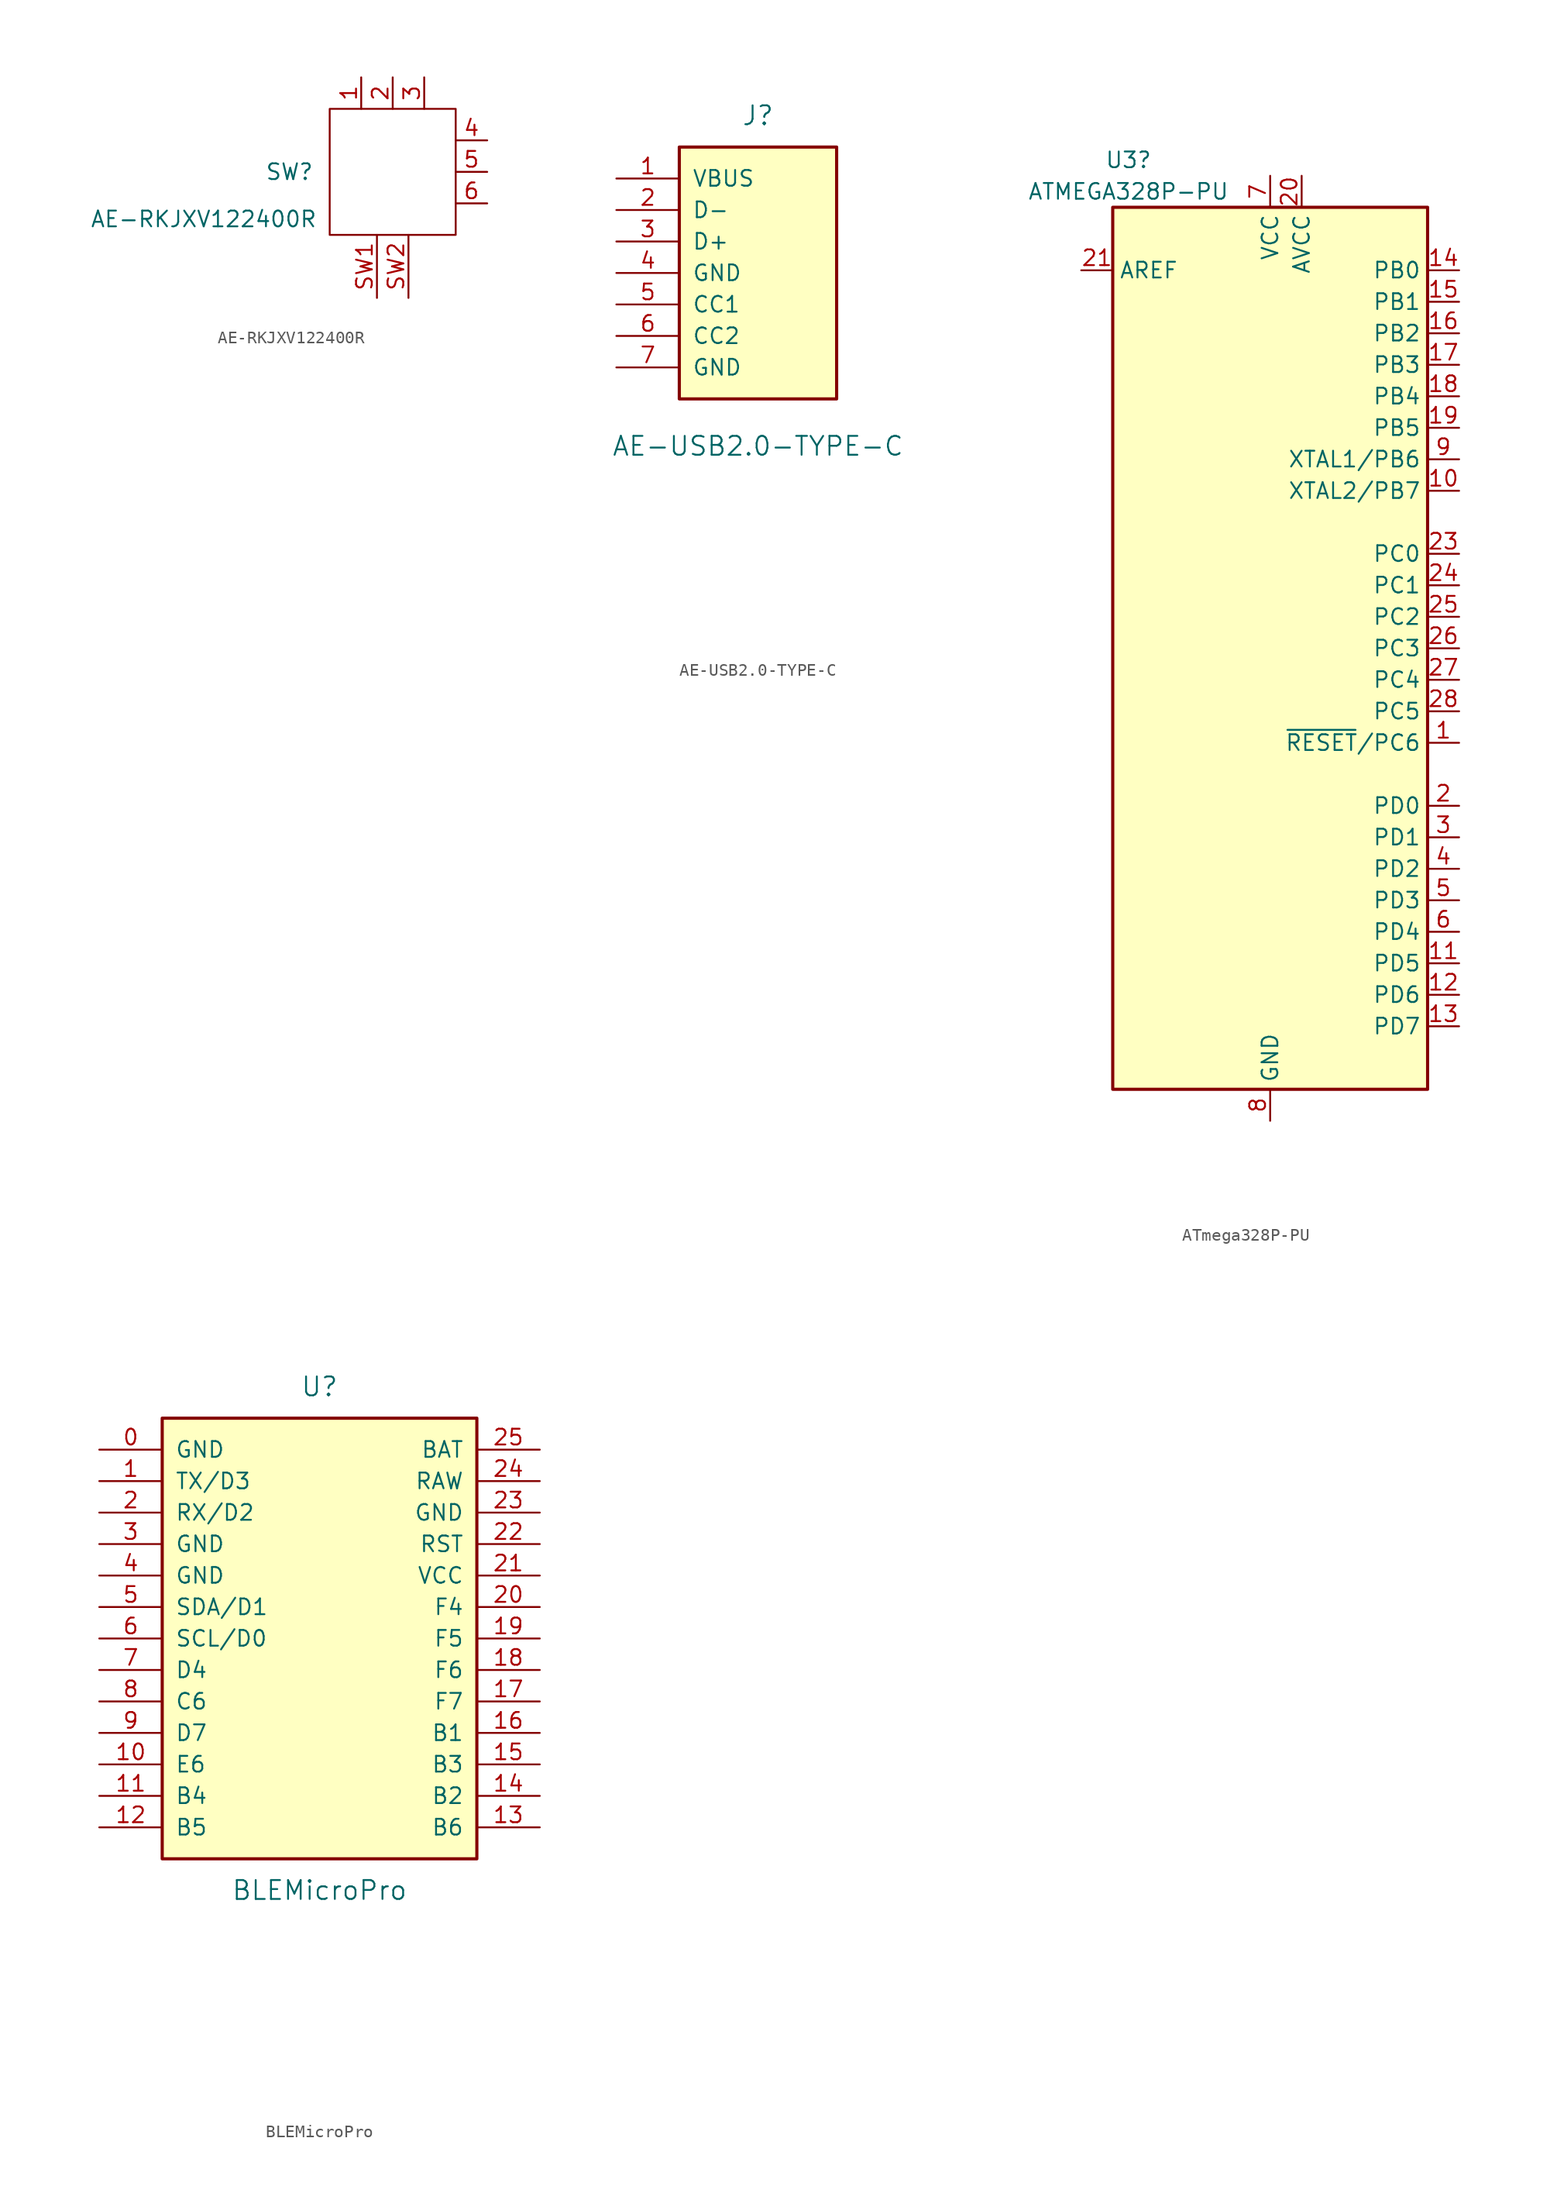
<source format=kicad_sym>
(kicad_symbol_lib
  (version 20201005)
  (generator kicad_symbol_editor)
  (symbol "#library:AE-RKJXV122400R"
    (property "Reference" "SW"
      (at -6.35 0 0)
      (effects (font (size 1.27 1.27)) (justify right)))
    (property "Value" "AE-RKJXV122400R"
      (at -15.24 -3.81 0)
      (effects (font (size 1.27 1.27))))
    (symbol "AE-RKJXV122400R_0_1"
      (rectangle (start -5.08 5.08) (end 5.08 -5.08) (stroke (width 0.152)) (fill (type none))))
    (symbol "AE-RKJXV122400R_1_1"
      (pin passive line (at -2.54 7.62 270) (length 2.54) (name "" (effects (font (size 1.27 1.27)))) (number "1" (effects (font (size 1.27 1.27)))))
      (pin passive line (at 0 7.62 270) (length 2.54) (name "" (effects (font (size 1.27 1.27)))) (number "2" (effects (font (size 1.27 1.27)))))
      (pin passive line (at 2.54 7.62 270) (length 2.54) (name "" (effects (font (size 1.27 1.27)))) (number "3" (effects (font (size 1.27 1.27)))))
      (pin passive line (at 7.62 2.54 180) (length 2.54) (name "" (effects (font (size 1.27 1.27)))) (number "4" (effects (font (size 1.27 1.27)))))
      (pin passive line (at 7.62 0 180) (length 2.54) (name "" (effects (font (size 1.27 1.27)))) (number "5" (effects (font (size 1.27 1.27)))))
      (pin passive line (at 7.62 -2.54 180) (length 2.54) (name "" (effects (font (size 1.27 1.27)))) (number "6" (effects (font (size 1.27 1.27)))))
      (pin passive line (at -1.27 -10.16 90) (length 5.08) (name "" (effects (font (size 1.27 1.27)))) (number "SW1" (effects (font (size 1.27 1.27)))))
      (pin passive line (at 1.27 -10.16 90) (length 5.08) (name "" (effects (font (size 1.27 1.27)))) (number "SW2" (effects (font (size 1.27 1.27)))))))
  (symbol "#library:AE-USB2.0-TYPE-C"
    (pin_names
      (offset 1.016))
    (property "Reference" "J"
      (at 0 12.7 0)
      (effects (font (size 1.524 1.524))))
    (property "Value" "AE-USB2.0-TYPE-C"
      (at 0 -13.97 0)
      (effects (font (size 1.524 1.524))))
    (property "Footprint" ""
      (at 2.54 -26.67 0)
      (effects (font (size 1.524 1.524))))
    (property "Datasheet" ""
      (at 2.54 -26.67 0)
      (effects (font (size 1.524 1.524))))
    (symbol "AE-USB2.0-TYPE-C_0_1"
      (rectangle (start -6.35 10.16) (end 6.35 -10.16) (stroke (width 0.254)) (fill (type background))))
    (symbol "AE-USB2.0-TYPE-C_1_1"
      (pin passive line (at -11.43 7.62 0) (length 5.08) (name "VBUS" (effects (font (size 1.27 1.27)))) (number "1" (effects (font (size 1.27 1.27)))))
      (pin bidirectional line (at -11.43 5.08 0) (length 5.08) (name "D-" (effects (font (size 1.27 1.27)))) (number "2" (effects (font (size 1.27 1.27)))))
      (pin bidirectional line (at -11.43 2.54 0) (length 5.08) (name "D+" (effects (font (size 1.27 1.27)))) (number "3" (effects (font (size 1.27 1.27)))))
      (pin power_in line (at -11.43 0 0) (length 5.08) (name "GND" (effects (font (size 1.27 1.27)))) (number "4" (effects (font (size 1.27 1.27)))))
      (pin bidirectional line (at -11.43 -2.54 0) (length 5.08) (name "CC1" (effects (font (size 1.27 1.27)))) (number "5" (effects (font (size 1.27 1.27)))))
      (pin bidirectional line (at -11.43 -5.08 0) (length 5.08) (name "CC2" (effects (font (size 1.27 1.27)))) (number "6" (effects (font (size 1.27 1.27)))))
      (pin power_in line (at -11.43 -7.62 0) (length 5.08) (name "GND" (effects (font (size 1.27 1.27)))) (number "7" (effects (font (size 1.27 1.27)))))))
  (symbol "#library:ATmega328P-PU"
    (property "Reference" "U3"
      (at -11.43 39.37 0)
      (effects (font (size 1.27 1.27))))
    (property "Value" "ATMEGA328P-PU"
      (at -11.43 36.83 0)
      (effects (font (size 1.27 1.27))))
    (symbol "ATmega328P-PU_0_1"
      (rectangle (start -12.7 -35.56) (end 12.7 35.56) (stroke (width 0.254)) (fill (type background))))
    (symbol "ATmega328P-PU_1_1"
      (pin tri_state line (at 15.24 -7.62 180) (length 2.54) (name "~RESET~/PC6" (effects (font (size 1.27 1.27)))) (number "1" (effects (font (size 1.27 1.27)))))
      (pin tri_state line (at 15.24 12.7 180) (length 2.54) (name "XTAL2/PB7" (effects (font (size 1.27 1.27)))) (number "10" (effects (font (size 1.27 1.27)))))
      (pin tri_state line (at 15.24 -25.4 180) (length 2.54) (name "PD5" (effects (font (size 1.27 1.27)))) (number "11" (effects (font (size 1.27 1.27)))))
      (pin tri_state line (at 15.24 -27.94 180) (length 2.54) (name "PD6" (effects (font (size 1.27 1.27)))) (number "12" (effects (font (size 1.27 1.27)))))
      (pin tri_state line (at 15.24 -30.48 180) (length 2.54) (name "PD7" (effects (font (size 1.27 1.27)))) (number "13" (effects (font (size 1.27 1.27)))))
      (pin tri_state line (at 15.24 30.48 180) (length 2.54) (name "PB0" (effects (font (size 1.27 1.27)))) (number "14" (effects (font (size 1.27 1.27)))))
      (pin tri_state line (at 15.24 27.94 180) (length 2.54) (name "PB1" (effects (font (size 1.27 1.27)))) (number "15" (effects (font (size 1.27 1.27)))))
      (pin tri_state line (at 15.24 25.4 180) (length 2.54) (name "PB2" (effects (font (size 1.27 1.27)))) (number "16" (effects (font (size 1.27 1.27)))))
      (pin tri_state line (at 15.24 22.86 180) (length 2.54) (name "PB3" (effects (font (size 1.27 1.27)))) (number "17" (effects (font (size 1.27 1.27)))))
      (pin tri_state line (at 15.24 20.32 180) (length 2.54) (name "PB4" (effects (font (size 1.27 1.27)))) (number "18" (effects (font (size 1.27 1.27)))))
      (pin tri_state line (at 15.24 17.78 180) (length 2.54) (name "PB5" (effects (font (size 1.27 1.27)))) (number "19" (effects (font (size 1.27 1.27)))))
      (pin tri_state line (at 15.24 -12.7 180) (length 2.54) (name "PD0" (effects (font (size 1.27 1.27)))) (number "2" (effects (font (size 1.27 1.27)))))
      (pin power_in line (at 2.54 38.1 270) (length 2.54) (name "AVCC" (effects (font (size 1.27 1.27)))) (number "20" (effects (font (size 1.27 1.27)))))
      (pin passive line (at -15.24 30.48 0) (length 2.54) (name "AREF" (effects (font (size 1.27 1.27)))) (number "21" (effects (font (size 1.27 1.27)))))
      (pin passive line (at 0 -38.1 90) (length 2.54) hide (name "GND" (effects (font (size 1.27 1.27)))) (number "22" (effects (font (size 1.27 1.27)))))
      (pin tri_state line (at 15.24 7.62 180) (length 2.54) (name "PC0" (effects (font (size 1.27 1.27)))) (number "23" (effects (font (size 1.27 1.27)))))
      (pin tri_state line (at 15.24 5.08 180) (length 2.54) (name "PC1" (effects (font (size 1.27 1.27)))) (number "24" (effects (font (size 1.27 1.27)))))
      (pin tri_state line (at 15.24 2.54 180) (length 2.54) (name "PC2" (effects (font (size 1.27 1.27)))) (number "25" (effects (font (size 1.27 1.27)))))
      (pin tri_state line (at 15.24 0 180) (length 2.54) (name "PC3" (effects (font (size 1.27 1.27)))) (number "26" (effects (font (size 1.27 1.27)))))
      (pin tri_state line (at 15.24 -2.54 180) (length 2.54) (name "PC4" (effects (font (size 1.27 1.27)))) (number "27" (effects (font (size 1.27 1.27)))))
      (pin tri_state line (at 15.24 -5.08 180) (length 2.54) (name "PC5" (effects (font (size 1.27 1.27)))) (number "28" (effects (font (size 1.27 1.27)))))
      (pin tri_state line (at 15.24 -15.24 180) (length 2.54) (name "PD1" (effects (font (size 1.27 1.27)))) (number "3" (effects (font (size 1.27 1.27)))))
      (pin tri_state line (at 15.24 -17.78 180) (length 2.54) (name "PD2" (effects (font (size 1.27 1.27)))) (number "4" (effects (font (size 1.27 1.27)))))
      (pin tri_state line (at 15.24 -20.32 180) (length 2.54) (name "PD3" (effects (font (size 1.27 1.27)))) (number "5" (effects (font (size 1.27 1.27)))))
      (pin tri_state line (at 15.24 -22.86 180) (length 2.54) (name "PD4" (effects (font (size 1.27 1.27)))) (number "6" (effects (font (size 1.27 1.27)))))
      (pin power_in line (at 0 38.1 270) (length 2.54) (name "VCC" (effects (font (size 1.27 1.27)))) (number "7" (effects (font (size 1.27 1.27)))))
      (pin power_in line (at 0 -38.1 90) (length 2.54) (name "GND" (effects (font (size 1.27 1.27)))) (number "8" (effects (font (size 1.27 1.27)))))
      (pin tri_state line (at 15.24 15.24 180) (length 2.54) (name "XTAL1/PB6" (effects (font (size 1.27 1.27)))) (number "9" (effects (font (size 1.27 1.27)))))))
  (symbol "#library:BLEMicroPro"
    (pin_names
      (offset 1.016))
    (property "Reference" "U"
      (at 0 26.67 0)
      (effects (font (size 1.524 1.524))))
    (property "Value" "BLEMicroPro"
      (at 0 -13.97 0)
      (effects (font (size 1.524 1.524))))
    (property "Footprint" ""
      (at 2.54 -26.67 0)
      (effects (font (size 1.524 1.524))))
    (property "Datasheet" ""
      (at 2.54 -26.67 0)
      (effects (font (size 1.524 1.524))))
    (symbol "BLEMicroPro_0_1"
      (rectangle (start -12.7 24.13) (end 12.7 -11.43) (stroke (width 0.254)) (fill (type background))))
    (symbol "BLEMicroPro_1_1"
      (pin input line (at -17.78 21.59 0) (length 5.08) (name "GND" (effects (font (size 1.27 1.27)))) (number "0" (effects (font (size 1.27 1.27)))))
      (pin bidirectional line (at -17.78 19.05 0) (length 5.08) (name "TX/D3" (effects (font (size 1.27 1.27)))) (number "1" (effects (font (size 1.27 1.27)))))
      (pin bidirectional line (at -17.78 -3.81 0) (length 5.08) (name "E6" (effects (font (size 1.27 1.27)))) (number "10" (effects (font (size 1.27 1.27)))))
      (pin bidirectional line (at -17.78 -6.35 0) (length 5.08) (name "B4" (effects (font (size 1.27 1.27)))) (number "11" (effects (font (size 1.27 1.27)))))
      (pin bidirectional line (at -17.78 -8.89 0) (length 5.08) (name "B5" (effects (font (size 1.27 1.27)))) (number "12" (effects (font (size 1.27 1.27)))))
      (pin bidirectional line (at 17.78 -8.89 180) (length 5.08) (name "B6" (effects (font (size 1.27 1.27)))) (number "13" (effects (font (size 1.27 1.27)))))
      (pin bidirectional line (at 17.78 -6.35 180) (length 5.08) (name "B2" (effects (font (size 1.27 1.27)))) (number "14" (effects (font (size 1.27 1.27)))))
      (pin bidirectional line (at 17.78 -3.81 180) (length 5.08) (name "B3" (effects (font (size 1.27 1.27)))) (number "15" (effects (font (size 1.27 1.27)))))
      (pin bidirectional line (at 17.78 -1.27 180) (length 5.08) (name "B1" (effects (font (size 1.27 1.27)))) (number "16" (effects (font (size 1.27 1.27)))))
      (pin bidirectional line (at 17.78 1.27 180) (length 5.08) (name "F7" (effects (font (size 1.27 1.27)))) (number "17" (effects (font (size 1.27 1.27)))))
      (pin bidirectional line (at 17.78 3.81 180) (length 5.08) (name "F6" (effects (font (size 1.27 1.27)))) (number "18" (effects (font (size 1.27 1.27)))))
      (pin bidirectional line (at 17.78 6.35 180) (length 5.08) (name "F5" (effects (font (size 1.27 1.27)))) (number "19" (effects (font (size 1.27 1.27)))))
      (pin bidirectional line (at -17.78 16.51 0) (length 5.08) (name "RX/D2" (effects (font (size 1.27 1.27)))) (number "2" (effects (font (size 1.27 1.27)))))
      (pin bidirectional line (at 17.78 8.89 180) (length 5.08) (name "F4" (effects (font (size 1.27 1.27)))) (number "20" (effects (font (size 1.27 1.27)))))
      (pin power_in line (at 17.78 11.43 180) (length 5.08) (name "VCC" (effects (font (size 1.27 1.27)))) (number "21" (effects (font (size 1.27 1.27)))))
      (pin input line (at 17.78 13.97 180) (length 5.08) (name "RST" (effects (font (size 1.27 1.27)))) (number "22" (effects (font (size 1.27 1.27)))))
      (pin power_in line (at 17.78 16.51 180) (length 5.08) (name "GND" (effects (font (size 1.27 1.27)))) (number "23" (effects (font (size 1.27 1.27)))))
      (pin power_out line (at 17.78 19.05 180) (length 5.08) (name "RAW" (effects (font (size 1.27 1.27)))) (number "24" (effects (font (size 1.27 1.27)))))
      (pin input line (at 17.78 21.59 180) (length 5.08) (name "BAT" (effects (font (size 1.27 1.27)))) (number "25" (effects (font (size 1.27 1.27)))))
      (pin power_in line (at -17.78 13.97 0) (length 5.08) (name "GND" (effects (font (size 1.27 1.27)))) (number "3" (effects (font (size 1.27 1.27)))))
      (pin power_in line (at -17.78 11.43 0) (length 5.08) (name "GND" (effects (font (size 1.27 1.27)))) (number "4" (effects (font (size 1.27 1.27)))))
      (pin bidirectional line (at -17.78 8.89 0) (length 5.08) (name "SDA/D1" (effects (font (size 1.27 1.27)))) (number "5" (effects (font (size 1.27 1.27)))))
      (pin bidirectional line (at -17.78 6.35 0) (length 5.08) (name "SCL/D0" (effects (font (size 1.27 1.27)))) (number "6" (effects (font (size 1.27 1.27)))))
      (pin bidirectional line (at -17.78 3.81 0) (length 5.08) (name "D4" (effects (font (size 1.27 1.27)))) (number "7" (effects (font (size 1.27 1.27)))))
      (pin bidirectional line (at -17.78 1.27 0) (length 5.08) (name "C6" (effects (font (size 1.27 1.27)))) (number "8" (effects (font (size 1.27 1.27)))))
      (pin bidirectional line (at -17.78 -1.27 0) (length 5.08) (name "D7" (effects (font (size 1.27 1.27)))) (number "9" (effects (font (size 1.27 1.27))))))))
</source>
